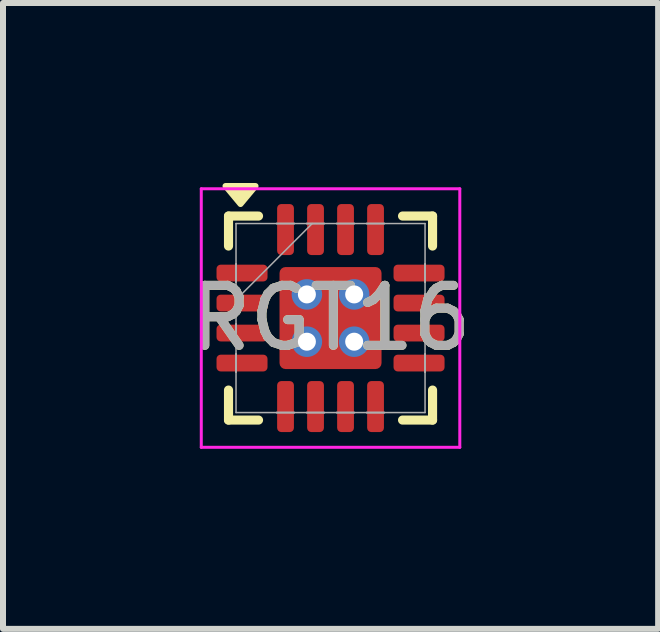
<source format=kicad_pcb>
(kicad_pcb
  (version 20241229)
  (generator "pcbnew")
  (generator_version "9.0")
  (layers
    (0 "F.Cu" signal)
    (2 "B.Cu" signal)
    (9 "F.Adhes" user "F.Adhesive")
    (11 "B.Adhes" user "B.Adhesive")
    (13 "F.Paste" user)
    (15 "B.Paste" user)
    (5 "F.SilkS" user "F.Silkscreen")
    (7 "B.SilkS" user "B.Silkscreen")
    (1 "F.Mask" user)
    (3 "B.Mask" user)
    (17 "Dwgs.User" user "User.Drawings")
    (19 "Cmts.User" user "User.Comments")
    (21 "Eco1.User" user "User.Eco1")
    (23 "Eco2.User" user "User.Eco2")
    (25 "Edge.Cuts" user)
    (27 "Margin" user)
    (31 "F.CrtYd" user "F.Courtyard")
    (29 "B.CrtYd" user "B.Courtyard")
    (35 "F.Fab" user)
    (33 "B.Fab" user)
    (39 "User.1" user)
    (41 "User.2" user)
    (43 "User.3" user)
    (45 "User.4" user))
  (footprint "RGT16"
    (layer "F.Cu")
    (at 2.458 2.25)
    (property "Reference" "RGT16" (at 0 0 0) (unlocked yes) (layer "F.SilkS") (effects (font (size 1 1) (thickness 0.15))))
    (attr smd)
    (fp_rect (start -0.8 -0.8) (end 0.8 0.8) (stroke (width 0.1) (type default)) (fill yes) (layer "F.Mask"))
    (fp_line (start -1.7 -1.7) (end -1.7 -1.2) (stroke (width 0.152) (type solid)) (layer "F.SilkS"))
    (fp_line (start -1.7 1.7) (end -1.7 1.2) (stroke (width 0.152) (type solid)) (layer "F.SilkS"))
    (fp_line (start -1.2 -1.7) (end -1.7 -1.7) (stroke (width 0.152) (type solid)) (layer "F.SilkS"))
    (fp_line (start -1.2 1.7) (end -1.7 1.7) (stroke (width 0.152) (type solid)) (layer "F.SilkS"))
    (fp_line (start 1.2 -1.7) (end 1.7 -1.7) (stroke (width 0.152) (type solid)) (layer "F.SilkS"))
    (fp_line (start 1.2 1.7) (end 1.7 1.7) (stroke (width 0.152) (type solid)) (layer "F.SilkS"))
    (fp_line (start 1.7 -1.7) (end 1.7 -1.2) (stroke (width 0.152) (type solid)) (layer "F.SilkS"))
    (fp_line (start 1.7 1.7) (end 1.7 1.2) (stroke (width 0.152) (type solid)) (layer "F.SilkS"))
    (fp_poly (pts (xy -1.5 -1.9) (xy -1.75 -2.2) (xy -1.25 -2.2)) (stroke (width 0.1) (type solid)) (fill yes) (layer "F.SilkS"))
    (fp_circle (center 0 0) (end 0.15 -0.2) (stroke (width 0.1) (type default)) (fill yes) (layer "F.Paste"))
    (fp_poly (pts (xy -0.775 -0.775) (xy -0.775 -0.494) (xy -0.635 -0.494) (xy -0.494 -0.635) (xy -0.494 -0.775)) (stroke (width 0) (type solid)) (fill yes) (layer "F.Paste"))
    (fp_poly (pts (xy -0.775 0.494) (xy -0.775 0.775) (xy -0.494 0.775) (xy -0.494 0.635) (xy -0.635 0.494)) (stroke (width 0) (type solid)) (fill yes) (layer "F.Paste"))
    (fp_poly (pts (xy 0.494 -0.775) (xy 0.494 -0.635) (xy 0.635 -0.494) (xy 0.775 -0.494) (xy 0.775 -0.775)) (stroke (width 0) (type solid)) (fill yes) (layer "F.Paste"))
    (fp_poly (pts (xy 0.635 0.494) (xy 0.494 0.635) (xy 0.494 0.775) (xy 0.775 0.775) (xy 0.775 0.494)) (stroke (width 0) (type solid)) (fill yes) (layer "F.Paste"))
    (fp_poly (pts (xy -0.775 -0.294) (xy -0.775 0.294) (xy -0.635 0.294) (xy -0.494 0.152) (xy -0.494 -0.152) (xy -0.635 -0.294)) (stroke (width 0) (type solid)) (fill yes) (layer "F.Paste"))
    (fp_poly (pts (xy -0.294 -0.775) (xy -0.294 -0.635) (xy -0.152 -0.494) (xy 0.152 -0.494) (xy 0.294 -0.635) (xy 0.294 -0.775)) (stroke (width 0) (type solid)) (fill yes) (layer "F.Paste"))
    (fp_poly (pts (xy -0.152 0.494) (xy -0.294 0.635) (xy -0.294 0.775) (xy 0.294 0.775) (xy 0.294 0.635) (xy 0.152 0.494)) (stroke (width 0) (type solid)) (fill yes) (layer "F.Paste"))
    (fp_poly (pts (xy 0.635 -0.294) (xy 0.494 -0.152) (xy 0.494 0.152) (xy 0.635 0.294) (xy 0.775 0.294) (xy 0.775 -0.294)) (stroke (width 0) (type solid)) (fill yes) (layer "F.Paste"))
    (fp_line (start -2.154 -2.154) (end 2.154 -2.154) (stroke (width 0.05) (type solid)) (layer "F.CrtYd"))
    (fp_line (start -2.154 2.154) (end -2.154 -2.154) (stroke (width 0.05) (type solid)) (layer "F.CrtYd"))
    (fp_line (start 2.154 -2.154) (end 2.154 2.154) (stroke (width 0.05) (type solid)) (layer "F.CrtYd"))
    (fp_line (start 2.154 2.154) (end -2.154 2.154) (stroke (width 0.05) (type solid)) (layer "F.CrtYd"))
    (fp_line (start -1.575 -1.575) (end -1.575 1.575) (stroke (width 0.025) (type solid)) (layer "F.Fab"))
    (fp_line (start -1.575 -0.9) (end -1.575 -0.9) (stroke (width 0.025) (type solid)) (layer "F.Fab"))
    (fp_line (start -1.575 -0.9) (end -1.575 -0.6) (stroke (width 0.025) (type solid)) (layer "F.Fab"))
    (fp_line (start -1.575 -0.6) (end -1.575 -0.9) (stroke (width 0.025) (type solid)) (layer "F.Fab"))
    (fp_line (start -1.575 -0.6) (end -1.575 -0.6) (stroke (width 0.025) (type solid)) (layer "F.Fab"))
    (fp_line (start -1.575 -0.4) (end -1.575 -0.4) (stroke (width 0.025) (type solid)) (layer "F.Fab"))
    (fp_line (start -1.575 -0.4) (end -1.575 -0.1) (stroke (width 0.025) (type solid)) (layer "F.Fab"))
    (fp_line (start -1.575 -0.305) (end -0.305 -1.575) (stroke (width 0.025) (type solid)) (layer "F.Fab"))
    (fp_line (start -1.575 -0.1) (end -1.575 -0.4) (stroke (width 0.025) (type solid)) (layer "F.Fab"))
    (fp_line (start -1.575 -0.1) (end -1.575 -0.1) (stroke (width 0.025) (type solid)) (layer "F.Fab"))
    (fp_line (start -1.575 0.1) (end -1.575 0.1) (stroke (width 0.025) (type solid)) (layer "F.Fab"))
    (fp_line (start -1.575 0.1) (end -1.575 0.4) (stroke (width 0.025) (type solid)) (layer "F.Fab"))
    (fp_line (start -1.575 0.4) (end -1.575 0.1) (stroke (width 0.025) (type solid)) (layer "F.Fab"))
    (fp_line (start -1.575 0.4) (end -1.575 0.4) (stroke (width 0.025) (type solid)) (layer "F.Fab"))
    (fp_line (start -1.575 0.6) (end -1.575 0.6) (stroke (width 0.025) (type solid)) (layer "F.Fab"))
    (fp_line (start -1.575 0.6) (end -1.575 0.9) (stroke (width 0.025) (type solid)) (layer "F.Fab"))
    (fp_line (start -1.575 0.9) (end -1.575 0.6) (stroke (width 0.025) (type solid)) (layer "F.Fab"))
    (fp_line (start -1.575 0.9) (end -1.575 0.9) (stroke (width 0.025) (type solid)) (layer "F.Fab"))
    (fp_line (start -1.575 1.575) (end 1.575 1.575) (stroke (width 0.025) (type solid)) (layer "F.Fab"))
    (fp_line (start -0.9 -1.575) (end -0.9 -1.575) (stroke (width 0.025) (type solid)) (layer "F.Fab"))
    (fp_line (start -0.9 -1.575) (end -0.6 -1.575) (stroke (width 0.025) (type solid)) (layer "F.Fab"))
    (fp_line (start -0.9 1.575) (end -0.9 1.575) (stroke (width 0.025) (type solid)) (layer "F.Fab"))
    (fp_line (start -0.9 1.575) (end -0.6 1.575) (stroke (width 0.025) (type solid)) (layer "F.Fab"))
    (fp_line (start -0.6 -1.575) (end -0.9 -1.575) (stroke (width 0.025) (type solid)) (layer "F.Fab"))
    (fp_line (start -0.6 -1.575) (end -0.6 -1.575) (stroke (width 0.025) (type solid)) (layer "F.Fab"))
    (fp_line (start -0.6 1.575) (end -0.9 1.575) (stroke (width 0.025) (type solid)) (layer "F.Fab"))
    (fp_line (start -0.6 1.575) (end -0.6 1.575) (stroke (width 0.025) (type solid)) (layer "F.Fab"))
    (fp_line (start -0.4 -1.575) (end -0.4 -1.575) (stroke (width 0.025) (type solid)) (layer "F.Fab"))
    (fp_line (start -0.4 -1.575) (end -0.1 -1.575) (stroke (width 0.025) (type solid)) (layer "F.Fab"))
    (fp_line (start -0.4 1.575) (end -0.4 1.575) (stroke (width 0.025) (type solid)) (layer "F.Fab"))
    (fp_line (start -0.4 1.575) (end -0.1 1.575) (stroke (width 0.025) (type solid)) (layer "F.Fab"))
    (fp_line (start -0.1 -1.575) (end -0.4 -1.575) (stroke (width 0.025) (type solid)) (layer "F.Fab"))
    (fp_line (start -0.1 -1.575) (end -0.1 -1.575) (stroke (width 0.025) (type solid)) (layer "F.Fab"))
    (fp_line (start -0.1 1.575) (end -0.4 1.575) (stroke (width 0.025) (type solid)) (layer "F.Fab"))
    (fp_line (start -0.1 1.575) (end -0.1 1.575) (stroke (width 0.025) (type solid)) (layer "F.Fab"))
    (fp_line (start 0.1 -1.575) (end 0.1 -1.575) (stroke (width 0.025) (type solid)) (layer "F.Fab"))
    (fp_line (start 0.1 -1.575) (end 0.4 -1.575) (stroke (width 0.025) (type solid)) (layer "F.Fab"))
    (fp_line (start 0.1 1.575) (end 0.1 1.575) (stroke (width 0.025) (type solid)) (layer "F.Fab"))
    (fp_line (start 0.1 1.575) (end 0.4 1.575) (stroke (width 0.025) (type solid)) (layer "F.Fab"))
    (fp_line (start 0.4 -1.575) (end 0.1 -1.575) (stroke (width 0.025) (type solid)) (layer "F.Fab"))
    (fp_line (start 0.4 -1.575) (end 0.4 -1.575) (stroke (width 0.025) (type solid)) (layer "F.Fab"))
    (fp_line (start 0.4 1.575) (end 0.1 1.575) (stroke (width 0.025) (type solid)) (layer "F.Fab"))
    (fp_line (start 0.4 1.575) (end 0.4 1.575) (stroke (width 0.025) (type solid)) (layer "F.Fab"))
    (fp_line (start 0.6 -1.575) (end 0.6 -1.575) (stroke (width 0.025) (type solid)) (layer "F.Fab"))
    (fp_line (start 0.6 -1.575) (end 0.9 -1.575) (stroke (width 0.025) (type solid)) (layer "F.Fab"))
    (fp_line (start 0.6 1.575) (end 0.6 1.575) (stroke (width 0.025) (type solid)) (layer "F.Fab"))
    (fp_line (start 0.6 1.575) (end 0.9 1.575) (stroke (width 0.025) (type solid)) (layer "F.Fab"))
    (fp_line (start 0.9 -1.575) (end 0.6 -1.575) (stroke (width 0.025) (type solid)) (layer "F.Fab"))
    (fp_line (start 0.9 -1.575) (end 0.9 -1.575) (stroke (width 0.025) (type solid)) (layer "F.Fab"))
    (fp_line (start 0.9 1.575) (end 0.6 1.575) (stroke (width 0.025) (type solid)) (layer "F.Fab"))
    (fp_line (start 0.9 1.575) (end 0.9 1.575) (stroke (width 0.025) (type solid)) (layer "F.Fab"))
    (fp_line (start 1.575 -1.575) (end -1.575 -1.575) (stroke (width 0.025) (type solid)) (layer "F.Fab"))
    (fp_line (start 1.575 -0.9) (end 1.575 -0.9) (stroke (width 0.025) (type solid)) (layer "F.Fab"))
    (fp_line (start 1.575 -0.9) (end 1.575 -0.6) (stroke (width 0.025) (type solid)) (layer "F.Fab"))
    (fp_line (start 1.575 -0.6) (end 1.575 -0.9) (stroke (width 0.025) (type solid)) (layer "F.Fab"))
    (fp_line (start 1.575 -0.6) (end 1.575 -0.6) (stroke (width 0.025) (type solid)) (layer "F.Fab"))
    (fp_line (start 1.575 -0.4) (end 1.575 -0.4) (stroke (width 0.025) (type solid)) (layer "F.Fab"))
    (fp_line (start 1.575 -0.4) (end 1.575 -0.1) (stroke (width 0.025) (type solid)) (layer "F.Fab"))
    (fp_line (start 1.575 -0.1) (end 1.575 -0.4) (stroke (width 0.025) (type solid)) (layer "F.Fab"))
    (fp_line (start 1.575 -0.1) (end 1.575 -0.1) (stroke (width 0.025) (type solid)) (layer "F.Fab"))
    (fp_line (start 1.575 0.1) (end 1.575 0.1) (stroke (width 0.025) (type solid)) (layer "F.Fab"))
    (fp_line (start 1.575 0.1) (end 1.575 0.4) (stroke (width 0.025) (type solid)) (layer "F.Fab"))
    (fp_line (start 1.575 0.4) (end 1.575 0.1) (stroke (width 0.025) (type solid)) (layer "F.Fab"))
    (fp_line (start 1.575 0.4) (end 1.575 0.4) (stroke (width 0.025) (type solid)) (layer "F.Fab"))
    (fp_line (start 1.575 0.6) (end 1.575 0.6) (stroke (width 0.025) (type solid)) (layer "F.Fab"))
    (fp_line (start 1.575 0.6) (end 1.575 0.9) (stroke (width 0.025) (type solid)) (layer "F.Fab"))
    (fp_line (start 1.575 0.9) (end 1.575 0.6) (stroke (width 0.025) (type solid)) (layer "F.Fab"))
    (fp_line (start 1.575 0.9) (end 1.575 0.9) (stroke (width 0.025) (type solid)) (layer "F.Fab"))
    (fp_line (start 1.575 1.575) (end 1.575 -1.575) (stroke (width 0.025) (type solid)) (layer "F.Fab"))
    (fp_text user "${REFERENCE}" (at 0 0 0) (unlocked yes) (layer "F.Fab") (effects (font (size 1 1) (thickness 0.15))))
    (pad "1" smd roundrect (at -1.475 -0.75 90) (size 0.28 0.85) (layers "F.Cu" "F.Mask" "F.Paste") (roundrect_rratio 0.25))
    (pad "2" smd roundrect (at -1.475 -0.25 90) (size 0.28 0.85) (layers "F.Cu" "F.Mask" "F.Paste") (roundrect_rratio 0.25))
    (pad "3" smd roundrect (at -1.475 0.25 90) (size 0.28 0.85) (layers "F.Cu" "F.Mask" "F.Paste") (roundrect_rratio 0.25))
    (pad "4" smd roundrect (at -1.475 0.75 90) (size 0.28 0.85) (layers "F.Cu" "F.Mask" "F.Paste") (roundrect_rratio 0.25))
    (pad "5" smd roundrect (at -0.75 1.475) (size 0.28 0.85) (layers "F.Cu" "F.Mask" "F.Paste") (roundrect_rratio 0.25))
    (pad "6" smd roundrect (at -0.25 1.475) (size 0.28 0.85) (layers "F.Cu" "F.Mask" "F.Paste") (roundrect_rratio 0.25))
    (pad "7" smd roundrect (at 0.25 1.475) (size 0.28 0.85) (layers "F.Cu" "F.Mask" "F.Paste") (roundrect_rratio 0.25))
    (pad "8" smd roundrect (at 0.75 1.475) (size 0.28 0.85) (layers "F.Cu" "F.Mask" "F.Paste") (roundrect_rratio 0.25))
    (pad "9" smd roundrect (at 1.475 0.75 90) (size 0.28 0.85) (layers "F.Cu" "F.Mask" "F.Paste") (roundrect_rratio 0.25))
    (pad "10" smd roundrect (at 1.475 0.25 90) (size 0.28 0.85) (layers "F.Cu" "F.Mask" "F.Paste") (roundrect_rratio 0.25))
    (pad "11" smd roundrect (at 1.475 -0.25 90) (size 0.28 0.85) (layers "F.Cu" "F.Mask" "F.Paste") (roundrect_rratio 0.25))
    (pad "12" smd roundrect (at 1.475 -0.75 90) (size 0.28 0.85) (layers "F.Cu" "F.Mask" "F.Paste") (roundrect_rratio 0.25))
    (pad "13" smd roundrect (at 0.75 -1.475) (size 0.28 0.85) (layers "F.Cu" "F.Mask" "F.Paste") (roundrect_rratio 0.25))
    (pad "14" smd roundrect (at 0.25 -1.475) (size 0.28 0.85) (layers "F.Cu" "F.Mask" "F.Paste") (roundrect_rratio 0.25))
    (pad "15" smd roundrect (at -0.25 -1.475) (size 0.28 0.85) (layers "F.Cu" "F.Mask" "F.Paste") (roundrect_rratio 0.25))
    (pad "16" smd roundrect (at -0.75 -1.475) (size 0.28 0.85) (layers "F.Cu" "F.Mask" "F.Paste") (roundrect_rratio 0.25))
    (pad "17" thru_hole circle (at -0.394 -0.394) (size 0.508 0.508) (drill 0.3) (layers "*.Cu" "*.Mask"))
    (pad "17" thru_hole circle (at -0.394 0.394) (size 0.508 0.508) (drill 0.3) (layers "*.Cu" "*.Mask"))
    (pad "17" smd roundrect (at 0 0) (size 1.7 1.7) (layers "F.Cu") (roundrect_rratio 0.059))
    (pad "17" thru_hole circle (at 0.394 -0.394) (size 0.508 0.508) (drill 0.3) (layers "*.Cu" "*.Mask"))
    (pad "17" thru_hole circle (at 0.394 0.394) (size 0.508 0.508) (drill 0.3) (layers "*.Cu" "*.Mask")))
  (gr_rect
    (start -3 -3)
    (end 7.917 7.429)
    (stroke (width 0.1) (type default))
    (fill no)
    (layer "Edge.Cuts")))
</source>
